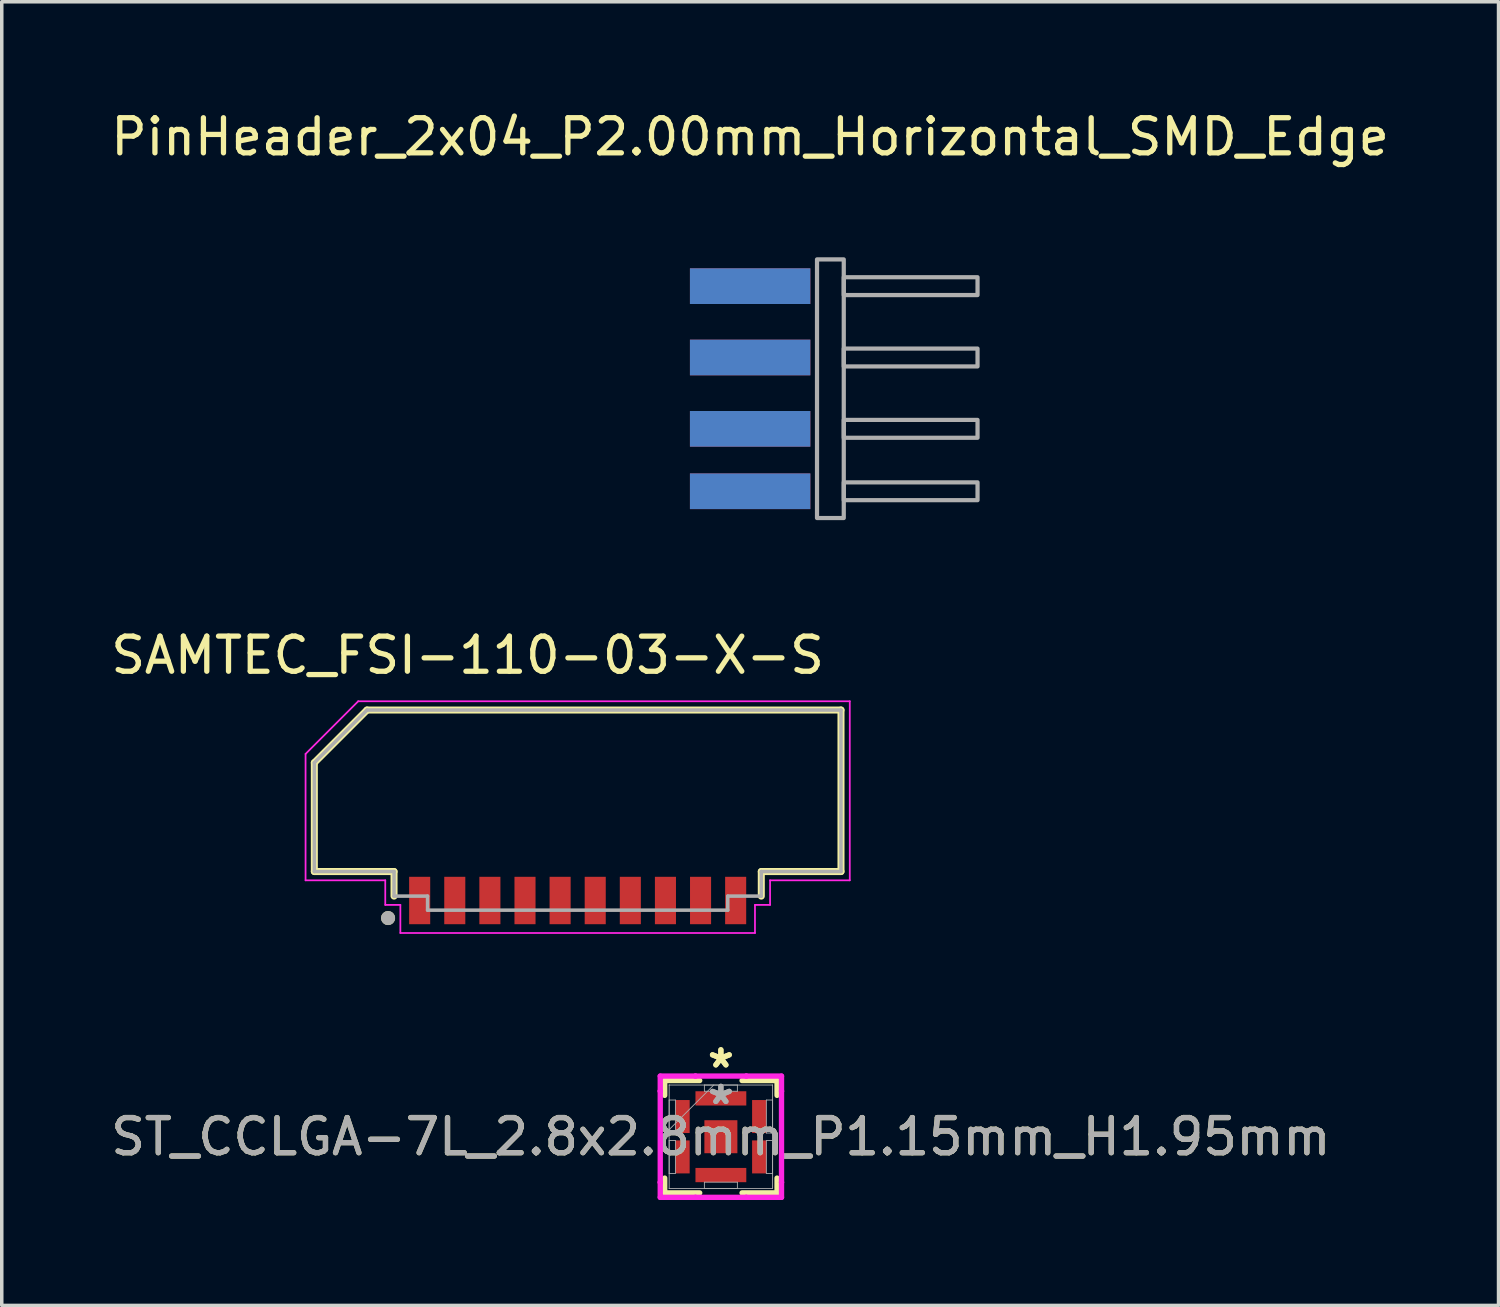
<source format=kicad_pcb>
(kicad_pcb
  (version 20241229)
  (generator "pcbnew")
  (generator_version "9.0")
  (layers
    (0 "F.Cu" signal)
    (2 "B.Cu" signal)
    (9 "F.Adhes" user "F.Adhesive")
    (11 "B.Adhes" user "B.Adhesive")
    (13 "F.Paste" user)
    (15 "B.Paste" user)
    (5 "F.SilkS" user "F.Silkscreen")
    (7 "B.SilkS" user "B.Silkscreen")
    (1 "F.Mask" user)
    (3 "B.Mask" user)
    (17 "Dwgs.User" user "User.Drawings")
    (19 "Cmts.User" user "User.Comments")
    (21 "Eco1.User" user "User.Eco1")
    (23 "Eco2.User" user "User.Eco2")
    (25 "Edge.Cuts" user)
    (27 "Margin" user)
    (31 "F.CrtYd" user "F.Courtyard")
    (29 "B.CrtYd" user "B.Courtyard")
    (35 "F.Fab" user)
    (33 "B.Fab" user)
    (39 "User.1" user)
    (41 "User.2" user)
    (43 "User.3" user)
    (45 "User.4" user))
  (footprint "ST_CCLGA-7L_2.8x2.8mm_P1.15mm_H1.95mm"
    (layer "F.Cu")
    (at 17.482 29.326)
    (property "Reference" "ST_CCLGA-7L_2.8x2.8mm_P1.15mm_H1.95mm" (at 0 0 0) (unlocked yes) (layer "F.SilkS") (effects (font (size 1 1) (thickness 0.15))))
    (attr smd)
    (fp_line (start -1.6 -1.6) (end -1.6 -1.178) (stroke (width 0.152) (type solid)) (layer "F.SilkS"))
    (fp_line (start -1.6 1.178) (end -1.6 1.6) (stroke (width 0.152) (type solid)) (layer "F.SilkS"))
    (fp_line (start -1.6 1.6) (end -0.603 1.6) (stroke (width 0.152) (type solid)) (layer "F.SilkS"))
    (fp_line (start -0.603 -1.6) (end -1.6 -1.6) (stroke (width 0.152) (type solid)) (layer "F.SilkS"))
    (fp_line (start 0.603 1.6) (end 1.6 1.6) (stroke (width 0.152) (type solid)) (layer "F.SilkS"))
    (fp_line (start 1.6 -1.6) (end 0.603 -1.6) (stroke (width 0.152) (type solid)) (layer "F.SilkS"))
    (fp_line (start 1.6 -1.178) (end 1.6 -1.6) (stroke (width 0.152) (type solid)) (layer "F.SilkS"))
    (fp_line (start 1.6 1.6) (end 1.6 1.178) (stroke (width 0.152) (type solid)) (layer "F.SilkS"))
    (fp_line (start -1.727 -1.727) (end -0.724 -1.727) (stroke (width 0.152) (type solid)) (layer "F.CrtYd"))
    (fp_line (start -1.727 -1.299) (end -1.727 -1.727) (stroke (width 0.152) (type solid)) (layer "F.CrtYd"))
    (fp_line (start -1.727 -1.299) (end -1.727 -1.299) (stroke (width 0.152) (type solid)) (layer "F.CrtYd"))
    (fp_line (start -1.727 1.299) (end -1.727 -1.299) (stroke (width 0.152) (type solid)) (layer "F.CrtYd"))
    (fp_line (start -1.727 1.299) (end -1.727 1.299) (stroke (width 0.152) (type solid)) (layer "F.CrtYd"))
    (fp_line (start -1.727 1.727) (end -1.727 1.299) (stroke (width 0.152) (type solid)) (layer "F.CrtYd"))
    (fp_line (start -0.724 -1.727) (end -0.724 -1.727) (stroke (width 0.152) (type solid)) (layer "F.CrtYd"))
    (fp_line (start -0.724 -1.727) (end 0.724 -1.727) (stroke (width 0.152) (type solid)) (layer "F.CrtYd"))
    (fp_line (start -0.724 1.727) (end -1.727 1.727) (stroke (width 0.152) (type solid)) (layer "F.CrtYd"))
    (fp_line (start -0.724 1.727) (end -0.724 1.727) (stroke (width 0.152) (type solid)) (layer "F.CrtYd"))
    (fp_line (start 0.724 -1.727) (end 0.724 -1.727) (stroke (width 0.152) (type solid)) (layer "F.CrtYd"))
    (fp_line (start 0.724 -1.727) (end 1.727 -1.727) (stroke (width 0.152) (type solid)) (layer "F.CrtYd"))
    (fp_line (start 0.724 1.727) (end -0.724 1.727) (stroke (width 0.152) (type solid)) (layer "F.CrtYd"))
    (fp_line (start 0.724 1.727) (end 0.724 1.727) (stroke (width 0.152) (type solid)) (layer "F.CrtYd"))
    (fp_line (start 1.727 -1.727) (end 1.727 -1.299) (stroke (width 0.152) (type solid)) (layer "F.CrtYd"))
    (fp_line (start 1.727 -1.299) (end 1.727 -1.299) (stroke (width 0.152) (type solid)) (layer "F.CrtYd"))
    (fp_line (start 1.727 -1.299) (end 1.727 1.299) (stroke (width 0.152) (type solid)) (layer "F.CrtYd"))
    (fp_line (start 1.727 1.299) (end 1.727 1.299) (stroke (width 0.152) (type solid)) (layer "F.CrtYd"))
    (fp_line (start 1.727 1.299) (end 1.727 1.727) (stroke (width 0.152) (type solid)) (layer "F.CrtYd"))
    (fp_line (start 1.727 1.727) (end 0.724 1.727) (stroke (width 0.152) (type solid)) (layer "F.CrtYd"))
    (fp_line (start -1.473 -1.473) (end -1.473 -1.473) (stroke (width 0.025) (type solid)) (layer "F.Fab"))
    (fp_line (start -1.473 -1.473) (end -1.473 1.473) (stroke (width 0.025) (type solid)) (layer "F.Fab"))
    (fp_line (start -1.473 -1.045) (end -1.295 -1.045) (stroke (width 0.025) (type solid)) (layer "F.Fab"))
    (fp_line (start -1.473 -0.203) (end -0.203 -1.473) (stroke (width 0.025) (type solid)) (layer "F.Fab"))
    (fp_line (start -1.473 -0.105) (end -1.473 -1.045) (stroke (width 0.025) (type solid)) (layer "F.Fab"))
    (fp_line (start -1.473 0.105) (end -1.295 0.105) (stroke (width 0.025) (type solid)) (layer "F.Fab"))
    (fp_line (start -1.473 1.045) (end -1.473 0.105) (stroke (width 0.025) (type solid)) (layer "F.Fab"))
    (fp_line (start -1.473 1.473) (end -1.473 1.473) (stroke (width 0.025) (type solid)) (layer "F.Fab"))
    (fp_line (start -1.473 1.473) (end 1.473 1.473) (stroke (width 0.025) (type solid)) (layer "F.Fab"))
    (fp_line (start -1.295 -1.045) (end -1.295 -0.105) (stroke (width 0.025) (type solid)) (layer "F.Fab"))
    (fp_line (start -1.295 -0.105) (end -1.473 -0.105) (stroke (width 0.025) (type solid)) (layer "F.Fab"))
    (fp_line (start -1.295 0.105) (end -1.295 1.045) (stroke (width 0.025) (type solid)) (layer "F.Fab"))
    (fp_line (start -1.295 1.045) (end -1.473 1.045) (stroke (width 0.025) (type solid)) (layer "F.Fab"))
    (fp_line (start -0.47 -1.473) (end 0.47 -1.473) (stroke (width 0.025) (type solid)) (layer "F.Fab"))
    (fp_line (start -0.47 -1.295) (end -0.47 -1.473) (stroke (width 0.025) (type solid)) (layer "F.Fab"))
    (fp_line (start -0.47 1.295) (end 0.47 1.295) (stroke (width 0.025) (type solid)) (layer "F.Fab"))
    (fp_line (start -0.47 1.473) (end -0.47 1.295) (stroke (width 0.025) (type solid)) (layer "F.Fab"))
    (fp_line (start 0.47 -1.473) (end 0.47 -1.295) (stroke (width 0.025) (type solid)) (layer "F.Fab"))
    (fp_line (start 0.47 -1.295) (end -0.47 -1.295) (stroke (width 0.025) (type solid)) (layer "F.Fab"))
    (fp_line (start 0.47 1.295) (end 0.47 1.473) (stroke (width 0.025) (type solid)) (layer "F.Fab"))
    (fp_line (start 0.47 1.473) (end -0.47 1.473) (stroke (width 0.025) (type solid)) (layer "F.Fab"))
    (fp_line (start 1.295 -1.045) (end 1.473 -1.045) (stroke (width 0.025) (type solid)) (layer "F.Fab"))
    (fp_line (start 1.295 -0.105) (end 1.295 -1.045) (stroke (width 0.025) (type solid)) (layer "F.Fab"))
    (fp_line (start 1.295 0.105) (end 1.473 0.105) (stroke (width 0.025) (type solid)) (layer "F.Fab"))
    (fp_line (start 1.295 1.045) (end 1.295 0.105) (stroke (width 0.025) (type solid)) (layer "F.Fab"))
    (fp_line (start 1.473 -1.473) (end -1.473 -1.473) (stroke (width 0.025) (type solid)) (layer "F.Fab"))
    (fp_line (start 1.473 -1.473) (end 1.473 -1.473) (stroke (width 0.025) (type solid)) (layer "F.Fab"))
    (fp_line (start 1.473 -1.045) (end 1.473 -0.105) (stroke (width 0.025) (type solid)) (layer "F.Fab"))
    (fp_line (start 1.473 -0.105) (end 1.295 -0.105) (stroke (width 0.025) (type solid)) (layer "F.Fab"))
    (fp_line (start 1.473 0.105) (end 1.473 1.045) (stroke (width 0.025) (type solid)) (layer "F.Fab"))
    (fp_line (start 1.473 1.045) (end 1.295 1.045) (stroke (width 0.025) (type solid)) (layer "F.Fab"))
    (fp_line (start 1.473 1.473) (end 1.473 -1.473) (stroke (width 0.025) (type solid)) (layer "F.Fab"))
    (fp_line (start 1.473 1.473) (end 1.473 1.473) (stroke (width 0.025) (type solid)) (layer "F.Fab"))
    (fp_text user "*" (at 0 -1.93 0) (layer "F.SilkS") (effects (font (size 1 1) (thickness 0.15))))
    (fp_text user "*" (at 0 -1.93 0) (unlocked yes) (layer "F.SilkS") (effects (font (size 1 1) (thickness 0.15))))
    (fp_text user "${REFERENCE}" (at 0 0 0) (unlocked yes) (layer "F.Fab") (effects (font (size 1 1) (thickness 0.15))))
    (fp_text user "*" (at 0 -0.889 0) (layer "F.Fab") (effects (font (size 1 1) (thickness 0.15))))
    (fp_text user "*" (at 0 -0.889 0) (unlocked yes) (layer "F.Fab") (effects (font (size 1 1) (thickness 0.15))))
    (pad "1" smd rect (at 0 -1.092) (size 1.448 0.406) (layers "F.Cu" "F.Mask" "F.Paste"))
    (pad "2" smd rect (at -1.092 -0.575 90) (size 0.94 0.406) (layers "F.Cu" "F.Mask" "F.Paste"))
    (pad "3" smd rect (at -1.092 0.575 90) (size 0.94 0.406) (layers "F.Cu" "F.Mask" "F.Paste"))
    (pad "4" smd rect (at 0 1.092) (size 1.448 0.406) (layers "F.Cu" "F.Mask" "F.Paste"))
    (pad "5" smd rect (at 1.092 0.575 90) (size 0.94 0.406) (layers "F.Cu" "F.Mask" "F.Paste"))
    (pad "6" smd rect (at 1.092 -0.575 90) (size 0.94 0.406) (layers "F.Cu" "F.Mask" "F.Paste"))
    (pad "7" smd rect (at 0 0) (size 0.94 0.94) (layers "F.Cu" "F.Mask")))
  (footprint "PinHeader_2x04_P2.00mm_Horizontal_SMD_Edge"
    (layer "F.Cu")
    (at 18.315 8.148)
    (property "Reference" "PinHeader_2x04_P2.00mm_Horizontal_SMD_Edge" (at 0 -7.3 0) (layer "F.SilkS") (effects (font (size 1 1) (thickness 0.15))))
    (attr exclude_from_pos_files exclude_from_bom)
    (fp_rect (start 1.905 -3.81) (end 2.667 3.556) (stroke (width 0.12) (type solid)) (fill no) (layer "F.Fab"))
    (fp_rect (start 2.667 -3.302) (end 6.477 -2.794) (stroke (width 0.12) (type solid)) (fill no) (layer "F.Fab"))
    (fp_rect (start 2.667 -1.27) (end 6.477 -0.762) (stroke (width 0.12) (type solid)) (fill no) (layer "F.Fab"))
    (fp_rect (start 2.667 0.762) (end 6.477 1.27) (stroke (width 0.12) (type solid)) (fill no) (layer "F.Fab"))
    (fp_rect (start 2.667 2.54) (end 6.477 3.048) (stroke (width 0.12) (type solid)) (fill no) (layer "F.Fab"))
    (pad "1" connect rect (at 0 -3.048 270) (size 1.016 3.429) (layers "F.Cu" "F.Mask"))
    (pad "2" connect rect (at 0 -3.048 90) (size 1.016 3.429) (layers "B.Cu" "B.Mask"))
    (pad "3" connect rect (at 0 -1.016 90) (size 1.016 3.429) (layers "F.Cu" "F.Mask"))
    (pad "4" connect rect (at 0 -1.016 270) (size 1.016 3.429) (layers "B.Cu" "B.Mask"))
    (pad "5" connect rect (at 0 1.016 90) (size 1.016 3.429) (layers "F.Cu" "F.Mask"))
    (pad "6" connect rect (at 0 1.016 270) (size 1.016 3.429) (layers "B.Cu" "B.Mask"))
    (pad "7" connect rect (at 0 2.794 270) (size 1.016 3.429) (layers "F.Cu" "F.Mask"))
    (pad "8" connect rect (at 0 2.794 90) (size 1.016 3.429) (layers "B.Cu" "B.Mask")))
  (footprint "SAMTEC_FSI-110-03-X-S"
    (layer "F.Cu")
    (at 13.403 22.598)
    (property "Reference" "SAMTEC_FSI-110-03-X-S" (at -3.135 -6.985 0) (layer "F.SilkS") (effects (font (size 1 1) (thickness 0.15))))
    (attr smd)
    (fp_line (start -7.5 -3.925) (end -6 -5.425) (stroke (width 0.2) (type solid)) (layer "F.SilkS"))
    (fp_line (start -7.5 -0.825) (end -7.5 -3.925) (stroke (width 0.2) (type solid)) (layer "F.SilkS"))
    (fp_line (start -6 -5.425) (end 7.5 -5.425) (stroke (width 0.2) (type solid)) (layer "F.SilkS"))
    (fp_line (start -5.23 -0.825) (end -7.5 -0.825) (stroke (width 0.2) (type solid)) (layer "F.SilkS"))
    (fp_line (start -5.23 -0.125) (end -5.23 -0.825) (stroke (width 0.2) (type solid)) (layer "F.SilkS"))
    (fp_line (start 5.23 -0.825) (end 5.23 -0.125) (stroke (width 0.2) (type solid)) (layer "F.SilkS"))
    (fp_line (start 7.5 -5.425) (end 7.5 -0.825) (stroke (width 0.2) (type solid)) (layer "F.SilkS"))
    (fp_line (start 7.5 -0.825) (end 5.23 -0.825) (stroke (width 0.2) (type solid)) (layer "F.SilkS"))
    (fp_circle (center -5.4 0.5) (end -5.3 0.5) (stroke (width 0.2) (type solid)) (fill no) (layer "F.SilkS"))
    (fp_line (start -7.75 -4.175) (end -6.25 -5.675) (stroke (width 0.05) (type solid)) (layer "F.CrtYd"))
    (fp_line (start -7.75 -0.575) (end -7.75 -4.175) (stroke (width 0.05) (type solid)) (layer "F.CrtYd"))
    (fp_line (start -6.25 -5.675) (end 7.75 -5.675) (stroke (width 0.05) (type solid)) (layer "F.CrtYd"))
    (fp_line (start -5.48 -0.575) (end -7.75 -0.575) (stroke (width 0.05) (type solid)) (layer "F.CrtYd"))
    (fp_line (start -5.48 0.125) (end -5.48 -0.575) (stroke (width 0.05) (type solid)) (layer "F.CrtYd"))
    (fp_line (start -5.05 0.125) (end -5.48 0.125) (stroke (width 0.05) (type solid)) (layer "F.CrtYd"))
    (fp_line (start -5.05 0.925) (end -5.05 0.125) (stroke (width 0.05) (type solid)) (layer "F.CrtYd"))
    (fp_line (start 5.05 0.125) (end 5.05 0.925) (stroke (width 0.05) (type solid)) (layer "F.CrtYd"))
    (fp_line (start 5.05 0.925) (end -5.05 0.925) (stroke (width 0.05) (type solid)) (layer "F.CrtYd"))
    (fp_line (start 5.48 -0.575) (end 5.48 0.125) (stroke (width 0.05) (type solid)) (layer "F.CrtYd"))
    (fp_line (start 5.48 0.125) (end 5.05 0.125) (stroke (width 0.05) (type solid)) (layer "F.CrtYd"))
    (fp_line (start 7.75 -5.675) (end 7.75 -0.575) (stroke (width 0.05) (type solid)) (layer "F.CrtYd"))
    (fp_line (start 7.75 -0.575) (end 5.48 -0.575) (stroke (width 0.05) (type solid)) (layer "F.CrtYd"))
    (fp_line (start -7.5 -3.925) (end -6 -5.425) (stroke (width 0.1) (type solid)) (layer "F.Fab"))
    (fp_line (start -7.5 -0.825) (end -7.5 -3.925) (stroke (width 0.1) (type solid)) (layer "F.Fab"))
    (fp_line (start -6 -5.425) (end 7.5 -5.425) (stroke (width 0.1) (type solid)) (layer "F.Fab"))
    (fp_line (start -5.23 -0.825) (end -7.5 -0.825) (stroke (width 0.1) (type solid)) (layer "F.Fab"))
    (fp_line (start -5.23 -0.125) (end -5.23 -0.825) (stroke (width 0.1) (type solid)) (layer "F.Fab"))
    (fp_line (start -4.275 -0.125) (end -5.23 -0.125) (stroke (width 0.1) (type solid)) (layer "F.Fab"))
    (fp_line (start -4.275 0.275) (end -4.275 -0.125) (stroke (width 0.1) (type solid)) (layer "F.Fab"))
    (fp_line (start 4.275 -0.125) (end 4.275 0.275) (stroke (width 0.1) (type solid)) (layer "F.Fab"))
    (fp_line (start 4.275 0.275) (end -4.275 0.275) (stroke (width 0.1) (type solid)) (layer "F.Fab"))
    (fp_line (start 5.23 -0.825) (end 5.23 -0.125) (stroke (width 0.1) (type solid)) (layer "F.Fab"))
    (fp_line (start 5.23 -0.125) (end 4.275 -0.125) (stroke (width 0.1) (type solid)) (layer "F.Fab"))
    (fp_line (start 7.5 -5.425) (end 7.5 -0.825) (stroke (width 0.1) (type solid)) (layer "F.Fab"))
    (fp_line (start 7.5 -0.825) (end 5.23 -0.825) (stroke (width 0.1) (type solid)) (layer "F.Fab"))
    (fp_circle (center -5.4 0.5) (end -5.3 0.5) (stroke (width 0.2) (type solid)) (fill no) (layer "F.Fab"))
    (pad "1" smd rect (at -4.5 0) (size 0.6 1.35) (layers "F.Cu" "F.Mask" "F.Paste"))
    (pad "2" smd rect (at -3.5 0) (size 0.6 1.35) (layers "F.Cu" "F.Mask" "F.Paste"))
    (pad "3" smd rect (at -2.5 0) (size 0.6 1.35) (layers "F.Cu" "F.Mask" "F.Paste"))
    (pad "4" smd rect (at -1.5 0) (size 0.6 1.35) (layers "F.Cu" "F.Mask" "F.Paste"))
    (pad "5" smd rect (at -0.5 0) (size 0.6 1.35) (layers "F.Cu" "F.Mask" "F.Paste"))
    (pad "6" smd rect (at 0.5 0) (size 0.6 1.35) (layers "F.Cu" "F.Mask" "F.Paste"))
    (pad "7" smd rect (at 1.5 0) (size 0.6 1.35) (layers "F.Cu" "F.Mask" "F.Paste"))
    (pad "8" smd rect (at 2.5 0) (size 0.6 1.35) (layers "F.Cu" "F.Mask" "F.Paste"))
    (pad "9" smd rect (at 3.5 0) (size 0.6 1.35) (layers "F.Cu" "F.Mask" "F.Paste"))
    (pad "10" smd rect (at 4.5 0) (size 0.6 1.35) (layers "F.Cu" "F.Mask" "F.Paste")))
  (gr_rect
    (start -3 -3)
    (end 39.631 34.13)
    (stroke (width 0.1) (type default))
    (fill no)
    (layer "Edge.Cuts")))
</source>
